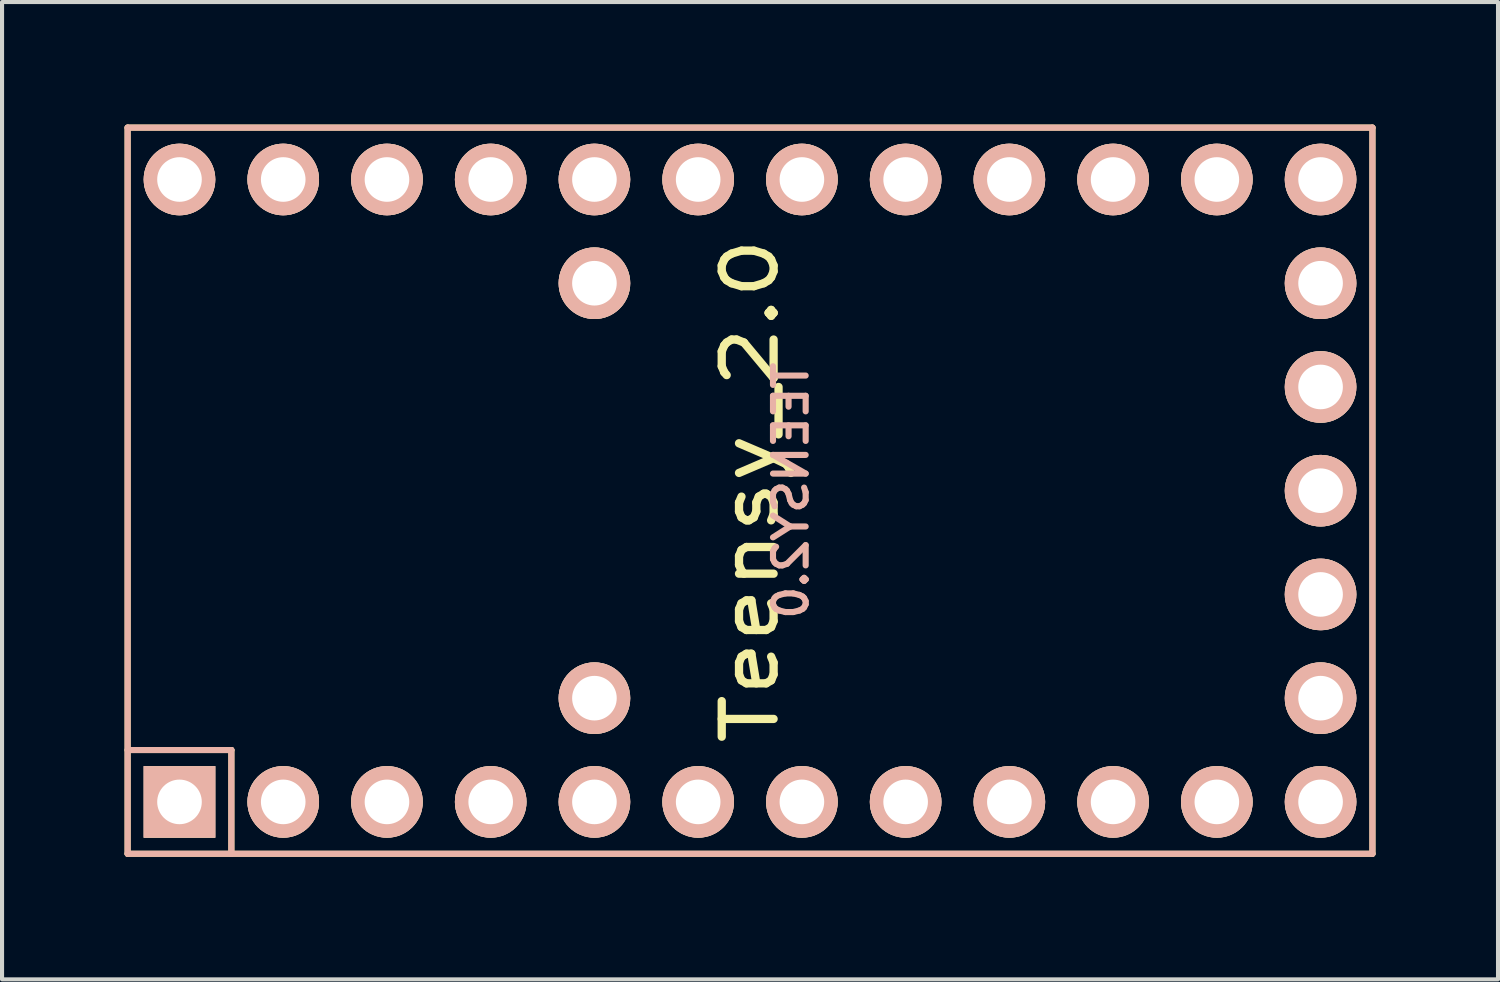
<source format=kicad_pcb>
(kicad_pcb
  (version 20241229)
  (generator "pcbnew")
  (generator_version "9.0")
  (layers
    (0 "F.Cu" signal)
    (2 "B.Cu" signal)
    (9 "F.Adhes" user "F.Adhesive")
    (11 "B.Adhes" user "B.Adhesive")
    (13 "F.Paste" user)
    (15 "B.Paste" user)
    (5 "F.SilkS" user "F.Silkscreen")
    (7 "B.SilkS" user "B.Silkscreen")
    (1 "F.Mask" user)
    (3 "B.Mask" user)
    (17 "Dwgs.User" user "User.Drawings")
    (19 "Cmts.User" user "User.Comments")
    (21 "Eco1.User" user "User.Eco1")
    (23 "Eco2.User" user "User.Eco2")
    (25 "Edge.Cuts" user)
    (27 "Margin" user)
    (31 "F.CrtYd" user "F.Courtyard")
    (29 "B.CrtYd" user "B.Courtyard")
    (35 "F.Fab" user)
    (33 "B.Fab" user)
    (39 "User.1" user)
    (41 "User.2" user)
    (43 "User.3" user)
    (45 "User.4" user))
  (footprint "Teensy_2.0"
    (layer "F.Cu")
    (at 15.315 8.965)
    (property "Reference" "Teensy_2.0" (at 0 0 90) (layer "F.SilkS") (effects (font (size 1.27 1.524) (thickness 0.203))))
    (attr through_hole)
    (fp_line (start -15.24 -8.89) (end -15.24 8.89) (stroke (width 0.15) (type solid)) (layer "F.SilkS"))
    (fp_line (start -15.24 6.35) (end -12.7 6.35) (stroke (width 0.15) (type solid)) (layer "F.SilkS"))
    (fp_line (start -15.24 8.89) (end 15.24 8.89) (stroke (width 0.15) (type solid)) (layer "F.SilkS"))
    (fp_line (start -12.7 6.35) (end -12.7 8.89) (stroke (width 0.15) (type solid)) (layer "F.SilkS"))
    (fp_line (start 15.24 -8.89) (end -15.24 -8.89) (stroke (width 0.15) (type solid)) (layer "F.SilkS"))
    (fp_line (start 15.24 8.89) (end 15.24 -8.89) (stroke (width 0.15) (type solid)) (layer "F.SilkS"))
    (fp_line (start -15.24 -8.89) (end -15.24 8.89) (stroke (width 0.15) (type solid)) (layer "B.SilkS"))
    (fp_line (start -15.24 6.35) (end -12.7 6.35) (stroke (width 0.15) (type solid)) (layer "B.SilkS"))
    (fp_line (start -15.24 8.89) (end 15.24 8.89) (stroke (width 0.15) (type solid)) (layer "B.SilkS"))
    (fp_line (start -12.7 6.35) (end -12.7 8.89) (stroke (width 0.15) (type solid)) (layer "B.SilkS"))
    (fp_line (start 15.24 -8.89) (end -15.24 -8.89) (stroke (width 0.15) (type solid)) (layer "B.SilkS"))
    (fp_line (start 15.24 8.89) (end 15.24 -8.89) (stroke (width 0.15) (type solid)) (layer "B.SilkS"))
    (fp_text user "TEENSY2.0" (at 1 0 90) (layer "B.SilkS") (effects (font (size 0.8 0.8) (thickness 0.15)) (justify mirror)))
    (pad "1" thru_hole rect (at -13.97 7.62) (size 1.753 1.753) (drill 1.092) (layers "*.Cu" "*.SilkS" "*.Mask"))
    (pad "2" thru_hole circle (at -11.43 7.62) (size 1.753 1.753) (drill 1.092) (layers "*.Cu" "*.SilkS" "*.Mask"))
    (pad "3" thru_hole circle (at -8.89 7.62) (size 1.753 1.753) (drill 1.092) (layers "*.Cu" "*.SilkS" "*.Mask"))
    (pad "4" thru_hole circle (at -6.35 7.62) (size 1.753 1.753) (drill 1.092) (layers "*.Cu" "*.SilkS" "*.Mask"))
    (pad "5" thru_hole circle (at -3.81 7.62) (size 1.753 1.753) (drill 1.092) (layers "*.Cu" "*.SilkS" "*.Mask"))
    (pad "6" thru_hole circle (at -1.27 7.62) (size 1.753 1.753) (drill 1.092) (layers "*.Cu" "*.SilkS" "*.Mask"))
    (pad "7" thru_hole circle (at 1.27 7.62) (size 1.753 1.753) (drill 1.092) (layers "*.Cu" "*.SilkS" "*.Mask"))
    (pad "8" thru_hole circle (at 3.81 7.62) (size 1.753 1.753) (drill 1.092) (layers "*.Cu" "*.SilkS" "*.Mask"))
    (pad "9" thru_hole circle (at 6.35 7.62) (size 1.753 1.753) (drill 1.092) (layers "*.Cu" "*.SilkS" "*.Mask"))
    (pad "10" thru_hole circle (at 8.89 7.62) (size 1.753 1.753) (drill 1.092) (layers "*.Cu" "*.SilkS" "*.Mask"))
    (pad "11" thru_hole circle (at 11.43 7.62) (size 1.753 1.753) (drill 1.092) (layers "*.Cu" "*.SilkS" "*.Mask"))
    (pad "12" thru_hole circle (at 13.97 7.62) (size 1.753 1.753) (drill 1.092) (layers "*.Cu" "*.SilkS" "*.Mask"))
    (pad "13" thru_hole circle (at 13.97 5.08 270) (size 1.753 1.753) (drill 1.092) (layers "*.Cu" "*.SilkS" "*.Mask"))
    (pad "14" thru_hole circle (at 13.97 2.54 270) (size 1.753 1.753) (drill 1.092) (layers "*.Cu" "*.SilkS" "*.Mask"))
    (pad "15" thru_hole circle (at 13.97 0 270) (size 1.753 1.753) (drill 1.092) (layers "*.Cu" "*.SilkS" "*.Mask"))
    (pad "16" thru_hole circle (at 13.97 -2.54 270) (size 1.753 1.753) (drill 1.092) (layers "*.Cu" "*.SilkS" "*.Mask"))
    (pad "17" thru_hole circle (at 13.97 -5.08 270) (size 1.753 1.753) (drill 1.092) (layers "*.Cu" "*.SilkS" "*.Mask"))
    (pad "18" thru_hole circle (at 13.97 -7.62) (size 1.753 1.753) (drill 1.092) (layers "*.Cu" "*.SilkS" "*.Mask"))
    (pad "19" thru_hole circle (at 11.43 -7.62) (size 1.753 1.753) (drill 1.092) (layers "*.Cu" "*.SilkS" "*.Mask"))
    (pad "20" thru_hole circle (at 8.89 -7.62) (size 1.753 1.753) (drill 1.092) (layers "*.Cu" "*.SilkS" "*.Mask"))
    (pad "21" thru_hole circle (at 6.35 -7.62) (size 1.753 1.753) (drill 1.092) (layers "*.Cu" "*.SilkS" "*.Mask"))
    (pad "22" thru_hole circle (at 3.81 -7.62) (size 1.753 1.753) (drill 1.092) (layers "*.Cu" "*.SilkS" "*.Mask"))
    (pad "23" thru_hole circle (at 1.27 -7.62) (size 1.753 1.753) (drill 1.092) (layers "*.Cu" "*.SilkS" "*.Mask"))
    (pad "24" thru_hole circle (at -1.27 -7.62) (size 1.753 1.753) (drill 1.092) (layers "*.Cu" "*.SilkS" "*.Mask"))
    (pad "25" thru_hole circle (at -3.81 -7.62) (size 1.753 1.753) (drill 1.092) (layers "*.Cu" "*.SilkS" "*.Mask"))
    (pad "26" thru_hole circle (at -6.35 -7.62) (size 1.753 1.753) (drill 1.092) (layers "*.Cu" "*.SilkS" "*.Mask"))
    (pad "27" thru_hole circle (at -8.89 -7.62) (size 1.753 1.753) (drill 1.092) (layers "*.Cu" "*.SilkS" "*.Mask"))
    (pad "28" thru_hole circle (at -11.43 -7.62) (size 1.753 1.753) (drill 1.092) (layers "*.Cu" "*.SilkS" "*.Mask"))
    (pad "29" thru_hole circle (at -13.97 -7.62) (size 1.753 1.753) (drill 1.092) (layers "*.Cu" "*.SilkS" "*.Mask"))
    (pad "30" thru_hole circle (at -3.81 -5.08 270) (size 1.753 1.753) (drill 1.092) (layers "*.Cu" "*.SilkS" "*.Mask"))
    (pad "31" thru_hole circle (at -3.81 5.08 270) (size 1.753 1.753) (drill 1.092) (layers "*.Cu" "*.SilkS" "*.Mask")))
  (gr_rect
    (start -3 -3)
    (end 33.63 20.93)
    (stroke (width 0.1) (type default))
    (fill no)
    (layer "Edge.Cuts")))
</source>
